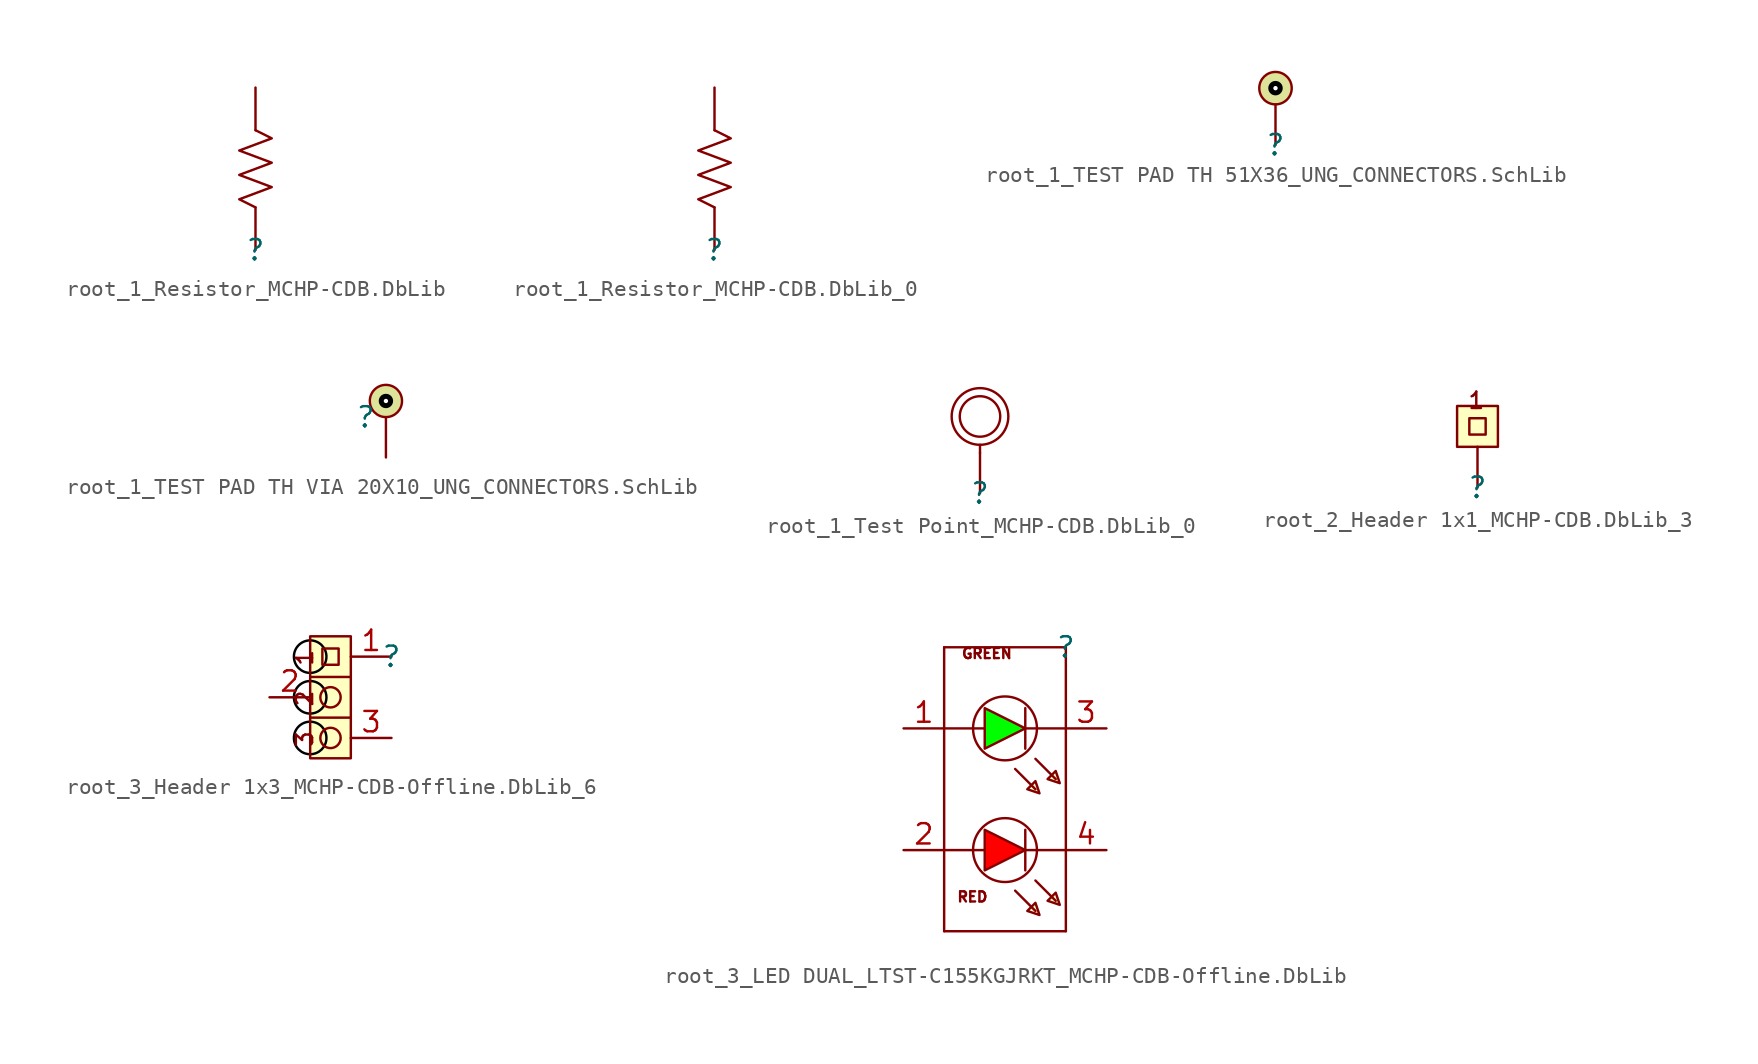
<source format=kicad_sym>
(kicad_symbol_lib
  (version 20241209)
  (generator "kicad_symbol_editor")
  (generator_version "9.0")
  (symbol "root_1_Resistor_MCHP-CDB.DbLib"
    (pin_numbers
      (hide yes))
    (pin_names
      (hide yes))
    (property "Reference" ""
      (at 0 0 0)
      (effects (font (size 1.27 1.27))))
    (property "Value" ""
      (at 0 0 0)
      (effects (font (size 1.27 1.27))))
    (symbol "root_1_Resistor_MCHP-CDB.DbLib_1_0"
      (polyline (pts (xy 0 2.667) (xy -1.016 3.175) (xy 1.016 3.937) (xy -1.016 4.699) (xy 1.016 5.461) (xy -1.016 6.223) (xy 1.016 6.985) (xy 0 7.493)) (stroke (width 0) (type solid)) (fill (type none)))
      (pin passive line (at 0 10.16 270) (length 2.667) (name "2" (effects (font (size 1.27 1.27)))) (number "2" (effects (font (size 1.27 1.27)))))
      (pin passive line (at 0 0 90) (length 2.667) (name "1" (effects (font (size 1.27 1.27)))) (number "1" (effects (font (size 1.27 1.27)))))))
  (symbol "root_1_Resistor_MCHP-CDB.DbLib_0"
    (pin_numbers
      (hide yes))
    (pin_names
      (hide yes))
    (property "Reference" ""
      (at 0 0 0)
      (effects (font (size 1.27 1.27))))
    (property "Value" ""
      (at 0 0 0)
      (effects (font (size 1.27 1.27))))
    (symbol "root_1_Resistor_MCHP-CDB.DbLib_0_1_0"
      (polyline (pts (xy 0 2.667) (xy -1.016 3.175) (xy 1.016 3.937) (xy -1.016 4.699) (xy 1.016 5.461) (xy -1.016 6.223) (xy 1.016 6.985) (xy 0 7.493)) (stroke (width 0) (type solid)) (fill (type none)))
      (pin passive line (at 0 10.16 270) (length 2.667) (name "2" (effects (font (size 1.27 1.27)))) (number "2" (effects (font (size 1.27 1.27)))))
      (pin passive line (at 0 0 90) (length 2.667) (name "1" (effects (font (size 1.27 1.27)))) (number "1" (effects (font (size 1.27 1.27)))))))
  (symbol "root_1_TEST PAD TH 51X36_UNG_CONNECTORS.SchLib"
    (pin_numbers
      (hide yes))
    (pin_names
      (hide yes))
    (property "Reference" ""
      (at 0 0 0)
      (effects (font (size 1.27 1.27))))
    (property "Value" ""
      (at 0 0 0)
      (effects (font (size 1.27 1.27))))
    (symbol "root_1_TEST PAD TH 51X36_UNG_CONNECTORS.SchLib_1_0"
      (circle (center 0 3.556) (radius 0.136) (stroke (width 0.508) (type solid) (color 0 0 0 1)) (fill (type none)))
      (circle (center 0 3.556) (radius 0.706) (stroke (width 0.508) (type solid) (color 221 228 154 1)) (fill (type none)))
      (circle (center 0 3.556) (radius 1.014) (stroke (width 0) (type solid)) (fill (type none)))
      (pin passive line (at 0 0 90) (length 2.54) (name "P1" (effects (font (size 1.27 1.27)))) (number "1" (effects (font (size 1.27 1.27)))))))
  (symbol "root_1_TEST PAD TH VIA 20X10_UNG_CONNECTORS.SchLib"
    (pin_numbers
      (hide yes))
    (pin_names
      (hide yes))
    (property "Reference" ""
      (at 0 0 0)
      (effects (font (size 1.27 1.27))))
    (property "Value" ""
      (at 0 0 0)
      (effects (font (size 1.27 1.27))))
    (symbol "root_1_TEST PAD TH VIA 20X10_UNG_CONNECTORS.SchLib_1_0"
      (circle (center 1.27 1.016) (radius 0.136) (stroke (width 0.508) (type solid) (color 0 0 0 1)) (fill (type none)))
      (circle (center 1.27 1.016) (radius 0.706) (stroke (width 0.508) (type solid) (color 221 228 154 1)) (fill (type none)))
      (circle (center 1.27 1.016) (radius 1.014) (stroke (width 0) (type solid)) (fill (type none)))
      (pin passive line (at 1.27 -2.54 90) (length 2.54) (name "P1" (effects (font (size 1.27 1.27)))) (number "1" (effects (font (size 1.27 1.27)))))))
  (symbol "root_1_Test Point_MCHP-CDB.DbLib_0"
    (pin_numbers
      (hide yes))
    (pin_names
      (hide yes))
    (property "Reference" ""
      (at 0 0 0)
      (effects (font (size 1.27 1.27))))
    (property "Value" ""
      (at 0 0 0)
      (effects (font (size 1.27 1.27))))
    (symbol "root_1_Test Point_MCHP-CDB.DbLib_0_1_0"
      (circle (center 0 4.826) (radius 1.27) (stroke (width 0) (type solid)) (fill (type none)))
      (circle (center 0 4.826) (radius 1.778) (stroke (width 0) (type solid)) (fill (type none)))
      (polyline (pts (xy 0 2.54) (xy 0 3.048)) (stroke (width 0) (type solid)) (fill (type none)))
      (pin passive line (at 0 0 90) (length 2.54) (name "1" (effects (font (size 1.27 1.27)))) (number "1" (effects (font (size 1.27 1.27)))))))
  (symbol "root_2_Header 1x1_MCHP-CDB.DbLib_3"
    (pin_numbers
      (hide yes))
    (pin_names
      (hide yes))
    (property "Reference" ""
      (at 0 0 0)
      (effects (font (size 1.27 1.27))))
    (property "Value" ""
      (at 0 0 0)
      (effects (font (size 1.27 1.27))))
    (symbol "root_2_Header 1x1_MCHP-CDB.DbLib_3_1_0"
      (polyline (pts (xy 0.508 3.302) (xy 0.508 4.318) (xy -0.508 4.318) (xy -0.508 3.302) (xy 0.508 3.302)) (stroke (width 0) (type solid)) (fill (type background)))
      (rectangle (start 1.27 5.08) (end -1.27 2.54) (stroke (width 0) (type solid) (color 128 0 0 1)) (fill (type background)))
      (text "1" (at 0.508 4.826 0) (effects (font (size 1.016 1.016)) (justify right bottom)))
      (pin passive line (at 0 0 90) (length 2.54) (name "1" (effects (font (size 1.27 1.27)))) (number "1" (effects (font (size 1.27 1.27)))))))
  (symbol "root_3_Header 1x3_MCHP-CDB-Offline.DbLib_6"
    (pin_names
      (hide yes))
    (property "Reference" ""
      (at 0 0 0)
      (effects (font (size 1.27 1.27))))
    (property "Value" ""
      (at 0 0 0)
      (effects (font (size 1.27 1.27))))
    (symbol "root_3_Header 1x3_MCHP-CDB-Offline.DbLib_6_1_0"
      (circle (center -5.08 0) (radius 1.016) (stroke (width 0) (type solid) (color 0 0 0 1)) (fill (type none)))
      (circle (center -5.08 -2.54) (radius 1.016) (stroke (width 0) (type solid) (color 0 0 0 1)) (fill (type none)))
      (polyline (pts (xy -5.08 -3.81) (xy -2.54 -3.81)) (stroke (width 0) (type solid) (color 128 0 0 1)) (fill (type none)))
      (circle (center -5.08 -5.08) (radius 1.016) (stroke (width 0) (type solid) (color 0 0 0 1)) (fill (type none)))
      (circle (center -3.81 -2.54) (radius 0.635) (stroke (width 0) (type solid)) (fill (type none)))
      (circle (center -3.81 -5.08) (radius 0.635) (stroke (width 0) (type solid)) (fill (type none)))
      (polyline (pts (xy -3.302 -0.508) (xy -4.318 -0.508) (xy -4.318 0.508) (xy -3.302 0.508) (xy -3.302 -0.508)) (stroke (width 0) (type solid)) (fill (type background)))
      (rectangle (start -2.54 1.27) (end -5.08 -6.35) (stroke (width 0) (type solid) (color 128 0 0 1)) (fill (type background)))
      (polyline (pts (xy -2.54 -1.27) (xy -5.08 -1.27)) (stroke (width 0) (type solid) (color 128 0 0 1)) (fill (type none)))
      (text "1" (at -4.826 0.508 900) (effects (font (size 1.016 1.016)) (justify right bottom)))
      (text "2" (at -4.826 -2.032 900) (effects (font (size 1.016 1.016)) (justify right bottom)))
      (text "3" (at -4.826 -4.572 900) (effects (font (size 1.016 1.016)) (justify right bottom)))
      (pin passive line (at -7.62 -2.54 0) (length 2.54) (name "2" (effects (font (size 1.27 1.27)))) (number "2" (effects (font (size 1.27 1.27)))))
      (pin passive line (at 0 0 180) (length 2.54) (name "1" (effects (font (size 1.27 1.27)))) (number "1" (effects (font (size 1.27 1.27)))))
      (pin passive line (at 0 -5.08 180) (length 2.54) (name "3" (effects (font (size 1.27 1.27)))) (number "3" (effects (font (size 1.27 1.27)))))))
  (symbol "root_3_LED DUAL_LTST-C155KGJRKT_MCHP-CDB-Offline.DbLib"
    (pin_names
      (hide yes))
    (property "Reference" ""
      (at 0 0 0)
      (effects (font (size 1.27 1.27))))
    (property "Value" ""
      (at 0 0 0)
      (effects (font (size 1.27 1.27))))
    (symbol "root_3_LED DUAL_LTST-C155KGJRKT_MCHP-CDB-Offline.DbLib_1_0"
      (polyline (pts (xy -7.62 0) (xy 0 0)) (stroke (width 0) (type solid)) (fill (type none)))
      (polyline (pts (xy -7.62 -17.78) (xy -7.62 0)) (stroke (width 0) (type solid)) (fill (type none)))
      (polyline (pts (xy -5.08 -5.08) (xy -7.62 -5.08)) (stroke (width 0) (type solid)) (fill (type none)))
      (polyline (pts (xy -5.08 -12.7) (xy -7.62 -12.7)) (stroke (width 0) (type solid)) (fill (type none)))
      (circle (center -3.81 -5.08) (radius 2) (stroke (width 0) (type solid)) (fill (type none)))
      (circle (center -3.81 -12.7) (radius 2) (stroke (width 0) (type solid)) (fill (type none)))
      (polyline (pts (xy -3.175 -7.62) (xy -1.905 -8.89)) (stroke (width 0) (type solid)) (fill (type none)))
      (polyline (pts (xy -3.175 -15.24) (xy -1.905 -16.51)) (stroke (width 0) (type solid)) (fill (type none)))
      (polyline (pts (xy -2.54 -3.81) (xy -2.54 -6.35)) (stroke (width 0) (type solid)) (fill (type none)))
      (polyline (pts (xy -2.54 -5.08) (xy -5.08 -3.81) (xy -5.08 -6.35) (xy -2.54 -5.08)) (stroke (width 0) (type solid)) (fill (type color) (color 0 255 0 1)))
      (polyline (pts (xy -2.54 -11.43) (xy -2.54 -13.97)) (stroke (width 0) (type solid)) (fill (type none)))
      (polyline (pts (xy -2.54 -12.7) (xy -5.08 -11.43) (xy -5.08 -13.97) (xy -2.54 -12.7)) (stroke (width 0) (type solid)) (fill (type color) (color 255 0 0 1)))
      (polyline (pts (xy -1.905 -6.985) (xy -0.635 -8.255)) (stroke (width 0) (type solid)) (fill (type none)))
      (polyline (pts (xy -1.905 -14.605) (xy -0.635 -15.875)) (stroke (width 0) (type solid)) (fill (type none)))
      (polyline (pts (xy -1.651 -9.144) (xy -1.905 -8.382) (xy -2.413 -8.89) (xy -1.651 -9.144)) (stroke (width 0) (type solid)) (fill (type background)))
      (polyline (pts (xy -1.651 -16.764) (xy -1.905 -16.002) (xy -2.413 -16.51) (xy -1.651 -16.764)) (stroke (width 0) (type solid)) (fill (type background)))
      (polyline (pts (xy -0.381 -8.509) (xy -0.635 -7.747) (xy -1.143 -8.255) (xy -0.381 -8.509)) (stroke (width 0) (type solid)) (fill (type background)))
      (polyline (pts (xy -0.381 -16.129) (xy -0.635 -15.367) (xy -1.143 -15.875) (xy -0.381 -16.129)) (stroke (width 0) (type solid)) (fill (type background)))
      (polyline (pts (xy 0 0) (xy 0 -17.78)) (stroke (width 0) (type solid)) (fill (type none)))
      (polyline (pts (xy 0 -5.08) (xy -2.54 -5.08)) (stroke (width 0) (type solid)) (fill (type none)))
      (polyline (pts (xy 0 -12.7) (xy -2.54 -12.7)) (stroke (width 0) (type solid)) (fill (type none)))
      (polyline (pts (xy 0 -17.78) (xy -7.62 -17.78)) (stroke (width 0) (type solid)) (fill (type none)))
      (text "RED" (at -4.826 -16.002 0) (effects (font (size 0.635 0.635)) (justify right bottom)))
      (text "GREEN" (at -3.302 -0.762 0) (effects (font (size 0.635 0.635)) (justify right bottom)))
      (pin passive line (at -10.16 -5.08 0) (length 2.54) (name "A1" (effects (font (size 1.27 1.27)))) (number "1" (effects (font (size 1.27 1.27)))))
      (pin passive line (at -10.16 -12.7 0) (length 2.54) (name "A2" (effects (font (size 1.27 1.27)))) (number "2" (effects (font (size 1.27 1.27)))))
      (pin passive line (at 2.54 -5.08 180) (length 2.54) (name "K1" (effects (font (size 1.27 1.27)))) (number "3" (effects (font (size 1.27 1.27)))))
      (pin passive line (at 2.54 -12.7 180) (length 2.54) (name "K2" (effects (font (size 1.27 1.27)))) (number "4" (effects (font (size 1.27 1.27))))))))
</source>
